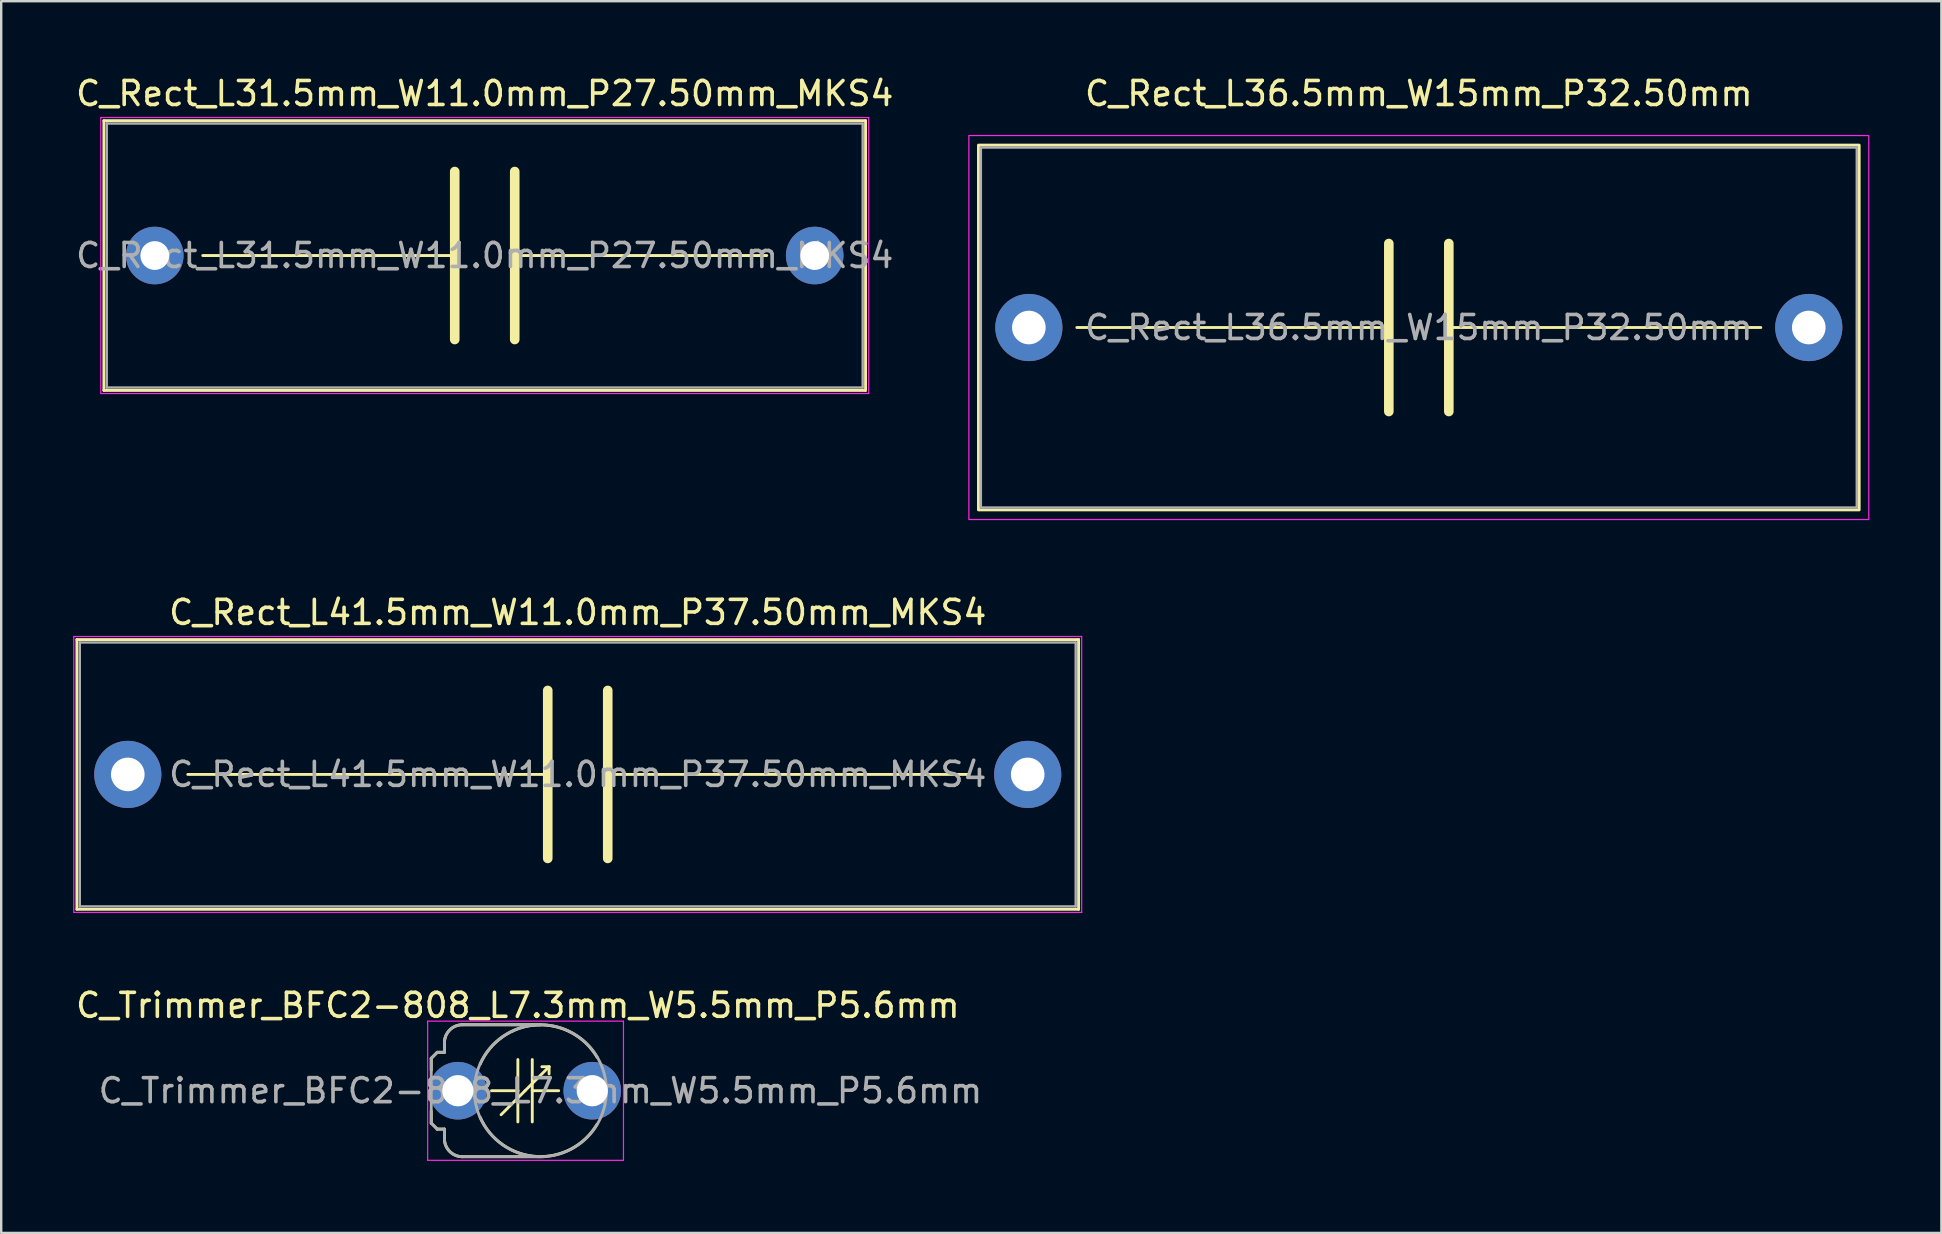
<source format=kicad_pcb>
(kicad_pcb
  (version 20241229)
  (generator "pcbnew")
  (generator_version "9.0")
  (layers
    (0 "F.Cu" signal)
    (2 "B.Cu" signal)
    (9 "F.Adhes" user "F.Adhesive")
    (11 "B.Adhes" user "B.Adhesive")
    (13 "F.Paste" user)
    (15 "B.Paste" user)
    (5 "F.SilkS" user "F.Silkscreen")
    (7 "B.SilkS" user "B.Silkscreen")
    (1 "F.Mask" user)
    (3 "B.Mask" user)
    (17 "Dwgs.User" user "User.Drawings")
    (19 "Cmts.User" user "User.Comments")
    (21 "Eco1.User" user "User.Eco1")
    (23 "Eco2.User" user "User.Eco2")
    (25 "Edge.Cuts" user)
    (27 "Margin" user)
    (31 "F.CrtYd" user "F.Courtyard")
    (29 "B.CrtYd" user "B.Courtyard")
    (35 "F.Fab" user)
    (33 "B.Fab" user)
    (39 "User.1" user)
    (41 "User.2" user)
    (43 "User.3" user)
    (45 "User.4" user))
  (footprint "C_Trimmer_BFC2-808_L7.3mm_W5.5mm_P5.6mm"
    (layer "F.Cu")
    (at 16.03 42.401)
    (property "Reference" "C_Trimmer_BFC2-808_L7.3mm_W5.5mm_P5.6mm" (at 2.5 -3.556 0) (layer "F.SilkS") (effects (font (size 1 1) (thickness 0.15))))
    (attr through_hole)
    (fp_line (start -1.11 -1.35) (end -1.11 -0.85) (stroke (width 0.12) (type solid)) (layer "F.SilkS"))
    (fp_line (start -1.11 1.35) (end -1.11 0.85) (stroke (width 0.12) (type solid)) (layer "F.SilkS"))
    (fp_line (start -1.11 1.35) (end -0.86 1.6) (stroke (width 0.12) (type solid)) (layer "F.SilkS"))
    (fp_line (start -0.86 -1.6) (end -1.11 -1.35) (stroke (width 0.12) (type solid)) (layer "F.SilkS"))
    (fp_line (start -0.76 -1.6) (end -0.86 -1.6) (stroke (width 0.12) (type solid)) (layer "F.SilkS"))
    (fp_line (start -0.56 -2) (end -0.56 -1.6) (stroke (width 0.12) (type solid)) (layer "F.SilkS"))
    (fp_line (start -0.56 -1.6) (end -0.76 -1.6) (stroke (width 0.12) (type solid)) (layer "F.SilkS"))
    (fp_line (start -0.56 1.6) (end -0.86 1.6) (stroke (width 0.12) (type solid)) (layer "F.SilkS"))
    (fp_line (start -0.56 1.6) (end -0.56 2) (stroke (width 0.12) (type solid)) (layer "F.SilkS"))
    (fp_line (start 0.19 -2.75) (end 3.44 -2.75) (stroke (width 0.12) (type solid)) (layer "F.SilkS"))
    (fp_line (start 0.19 2.75) (end 3.59 2.75) (stroke (width 0.12) (type solid)) (layer "F.SilkS"))
    (fp_line (start 1.4 0) (end 2.5 0) (stroke (width 0.12) (type solid)) (layer "F.SilkS"))
    (fp_line (start 2.5 0) (end 2.5 -1.3) (stroke (width 0.12) (type solid)) (layer "F.SilkS"))
    (fp_line (start 2.5 0) (end 2.5 1.3) (stroke (width 0.12) (type solid)) (layer "F.SilkS"))
    (fp_line (start 2.8 0) (end 1.8 1) (stroke (width 0.12) (type solid)) (layer "F.SilkS"))
    (fp_line (start 2.8 0) (end 3.8 -1) (stroke (width 0.12) (type solid)) (layer "F.SilkS"))
    (fp_line (start 3.1 0) (end 3.1 -1.3) (stroke (width 0.12) (type solid)) (layer "F.SilkS"))
    (fp_line (start 3.1 0) (end 3.1 1.3) (stroke (width 0.12) (type solid)) (layer "F.SilkS"))
    (fp_line (start 3.1 0) (end 4.2 0) (stroke (width 0.12) (type solid)) (layer "F.SilkS"))
    (fp_line (start 3.8 -1) (end 3.5 -1) (stroke (width 0.12) (type solid)) (layer "F.SilkS"))
    (fp_line (start 3.8 -1) (end 3.8 -0.7) (stroke (width 0.12) (type solid)) (layer "F.SilkS"))
    (fp_arc (start -0.56 -2) (mid -0.34033 -2.53033) (end 0.19 -2.75) (stroke (width 0.12) (type solid)) (layer "F.SilkS"))
    (fp_arc (start 0.19 2.75) (mid -0.34033 2.53033) (end -0.56 2) (stroke (width 0.12) (type solid)) (layer "F.SilkS"))
    (fp_arc (start 0.928365 -1.105119) (mid 3.274208 -2.738998) (end 5.8 -1.4) (stroke (width 0.12) (type solid)) (layer "F.SilkS"))
    (fp_arc (start 5.8 1.4) (mid 3.274208 2.738999) (end 0.928365 1.105119) (stroke (width 0.12) (type solid)) (layer "F.SilkS"))
    (fp_line (start -1.26 -2.9) (end -1.26 2.9) (stroke (width 0.05) (type solid)) (layer "F.CrtYd"))
    (fp_line (start -1.26 2.9) (end 6.9 2.9) (stroke (width 0.05) (type solid)) (layer "F.CrtYd"))
    (fp_line (start 6.9 -2.9) (end -1.26 -2.9) (stroke (width 0.05) (type solid)) (layer "F.CrtYd"))
    (fp_line (start 6.9 2.9) (end 6.9 -2.9) (stroke (width 0.05) (type solid)) (layer "F.CrtYd"))
    (fp_line (start -1.11 -1.35) (end -1.11 0) (stroke (width 0.12) (type solid)) (layer "F.Fab"))
    (fp_line (start -1.11 1.35) (end -1.11 0) (stroke (width 0.12) (type solid)) (layer "F.Fab"))
    (fp_line (start -1.11 1.35) (end -0.86 1.6) (stroke (width 0.12) (type solid)) (layer "F.Fab"))
    (fp_line (start -0.86 -1.6) (end -1.11 -1.35) (stroke (width 0.12) (type solid)) (layer "F.Fab"))
    (fp_line (start -0.76 -1.6) (end -0.86 -1.6) (stroke (width 0.12) (type solid)) (layer "F.Fab"))
    (fp_line (start -0.56 -2) (end -0.56 -1.6) (stroke (width 0.12) (type solid)) (layer "F.Fab"))
    (fp_line (start -0.56 -1.6) (end -0.76 -1.6) (stroke (width 0.12) (type solid)) (layer "F.Fab"))
    (fp_line (start -0.56 1.6) (end -0.86 1.6) (stroke (width 0.12) (type solid)) (layer "F.Fab"))
    (fp_line (start -0.56 1.6) (end -0.56 2) (stroke (width 0.12) (type solid)) (layer "F.Fab"))
    (fp_line (start 1.09 -2.75) (end 0.19 -2.75) (stroke (width 0.12) (type solid)) (layer "F.Fab"))
    (fp_line (start 3.44 -2.75) (end 1.09 -2.75) (stroke (width 0.12) (type solid)) (layer "F.Fab"))
    (fp_line (start 3.44 2.75) (end 0.19 2.75) (stroke (width 0.12) (type solid)) (layer "F.Fab"))
    (fp_arc (start -0.56 -2) (mid -0.34033 -2.53033) (end 0.19 -2.75) (stroke (width 0.12) (type solid)) (layer "F.Fab"))
    (fp_arc (start 0.19 2.75) (mid -0.34033 2.53033) (end -0.56 2) (stroke (width 0.12) (type solid)) (layer "F.Fab"))
    (fp_arc (start 3.44 -2.75) (mid 6.19 0) (end 3.44 2.75) (stroke (width 0.12) (type solid)) (layer "F.Fab"))
    (fp_arc (start 3.44 2.75) (mid 0.69 0) (end 3.44 -2.75) (stroke (width 0.12) (type solid)) (layer "F.Fab"))
    (fp_text user "${REFERENCE}" (at 3.44 0 0) (layer "F.Fab") (effects (font (size 1 1) (thickness 0.15))))
    (pad "1" thru_hole circle (at 0 0) (size 2.4 2.4) (drill 1.3) (layers "*.Cu" "*.Mask"))
    (pad "2" thru_hole circle (at 5.6 0) (size 2.4 2.4) (drill 1.3) (layers "*.Cu" "*.Mask")))
  (footprint "C_Rect_L41.5mm_W11.0mm_P37.50mm_MKS4"
    (layer "F.Cu")
    (at 2.275 29.221)
    (property "Reference" "C_Rect_L41.5mm_W11.0mm_P37.50mm_MKS4" (at 18.75 -6.75 0) (layer "F.SilkS") (effects (font (size 1 1) (thickness 0.15))))
    (attr through_hole)
    (fp_line (start -2.12 -5.62) (end -2.12 5.62) (stroke (width 0.12) (type solid)) (layer "F.SilkS"))
    (fp_line (start -2.12 -5.62) (end 39.62 -5.62) (stroke (width 0.12) (type solid)) (layer "F.SilkS"))
    (fp_line (start -2.12 5.62) (end 39.62 5.62) (stroke (width 0.12) (type solid)) (layer "F.SilkS"))
    (fp_line (start 2.5 0) (end 17.5 0) (stroke (width 0.12) (type solid)) (layer "F.SilkS"))
    (fp_line (start 17.5 -3.5) (end 17.5 3.5) (stroke (width 0.4) (type solid)) (layer "F.SilkS"))
    (fp_line (start 20 -3.5) (end 20 3.5) (stroke (width 0.4) (type solid)) (layer "F.SilkS"))
    (fp_line (start 20 0) (end 35 0) (stroke (width 0.12) (type solid)) (layer "F.SilkS"))
    (fp_line (start 39.62 -5.62) (end 39.62 5.62) (stroke (width 0.12) (type solid)) (layer "F.SilkS"))
    (fp_line (start -2.25 -5.75) (end -2.25 5.75) (stroke (width 0.05) (type solid)) (layer "F.CrtYd"))
    (fp_line (start -2.25 5.75) (end 39.75 5.75) (stroke (width 0.05) (type solid)) (layer "F.CrtYd"))
    (fp_line (start 39.75 -5.75) (end -2.25 -5.75) (stroke (width 0.05) (type solid)) (layer "F.CrtYd"))
    (fp_line (start 39.75 5.75) (end 39.75 -5.75) (stroke (width 0.05) (type solid)) (layer "F.CrtYd"))
    (fp_line (start -2 -5.5) (end -2 5.5) (stroke (width 0.1) (type solid)) (layer "F.Fab"))
    (fp_line (start -2 5.5) (end 39.5 5.5) (stroke (width 0.1) (type solid)) (layer "F.Fab"))
    (fp_line (start 39.5 -5.5) (end -2 -5.5) (stroke (width 0.1) (type solid)) (layer "F.Fab"))
    (fp_line (start 39.5 5.5) (end 39.5 -5.5) (stroke (width 0.1) (type solid)) (layer "F.Fab"))
    (fp_text user "${REFERENCE}" (at 18.75 0 0) (layer "F.Fab") (effects (font (size 1 1) (thickness 0.15))))
    (pad "1" thru_hole circle (at 0 0) (size 2.8 2.8) (drill 1.4) (layers "*.Cu" "*.Mask"))
    (pad "2" thru_hole circle (at 37.5 0) (size 2.8 2.8) (drill 1.4) (layers "*.Cu" "*.Mask")))
  (footprint "C_Rect_L31.5mm_W11.0mm_P27.50mm_MKS4"
    (layer "F.Cu")
    (at 3.399 7.598)
    (property "Reference" "C_Rect_L31.5mm_W11.0mm_P27.50mm_MKS4" (at 13.75 -6.75 0) (layer "F.SilkS") (effects (font (size 1 1) (thickness 0.15))))
    (attr through_hole)
    (fp_line (start -2.12 -5.62) (end -2.12 5.62) (stroke (width 0.12) (type solid)) (layer "F.SilkS"))
    (fp_line (start -2.12 -5.62) (end 29.62 -5.62) (stroke (width 0.12) (type solid)) (layer "F.SilkS"))
    (fp_line (start -2.12 5.62) (end 29.62 5.62) (stroke (width 0.12) (type solid)) (layer "F.SilkS"))
    (fp_line (start 2 0) (end 12.5 0) (stroke (width 0.12) (type solid)) (layer "F.SilkS"))
    (fp_line (start 12.5 -3.5) (end 12.5 3.5) (stroke (width 0.4) (type solid)) (layer "F.SilkS"))
    (fp_line (start 15 -3.5) (end 15 3.5) (stroke (width 0.4) (type solid)) (layer "F.SilkS"))
    (fp_line (start 15 0) (end 25.5 0) (stroke (width 0.12) (type solid)) (layer "F.SilkS"))
    (fp_line (start 29.62 -5.62) (end 29.62 5.62) (stroke (width 0.12) (type solid)) (layer "F.SilkS"))
    (fp_line (start -2.25 -5.75) (end -2.25 5.75) (stroke (width 0.05) (type solid)) (layer "F.CrtYd"))
    (fp_line (start -2.25 5.75) (end 29.75 5.75) (stroke (width 0.05) (type solid)) (layer "F.CrtYd"))
    (fp_line (start 29.75 -5.75) (end -2.25 -5.75) (stroke (width 0.05) (type solid)) (layer "F.CrtYd"))
    (fp_line (start 29.75 5.75) (end 29.75 -5.75) (stroke (width 0.05) (type solid)) (layer "F.CrtYd"))
    (fp_line (start -2 -5.5) (end -2 5.5) (stroke (width 0.1) (type solid)) (layer "F.Fab"))
    (fp_line (start -2 5.5) (end 29.5 5.5) (stroke (width 0.1) (type solid)) (layer "F.Fab"))
    (fp_line (start 29.5 -5.5) (end -2 -5.5) (stroke (width 0.1) (type solid)) (layer "F.Fab"))
    (fp_line (start 29.5 5.5) (end 29.5 -5.5) (stroke (width 0.1) (type solid)) (layer "F.Fab"))
    (fp_text user "${REFERENCE}" (at 13.75 0 0) (layer "F.Fab") (effects (font (size 1 1) (thickness 0.15))))
    (pad "1" thru_hole circle (at 0 0) (size 2.4 2.4) (drill 1.2) (layers "*.Cu" "*.Mask"))
    (pad "2" thru_hole circle (at 27.5 0) (size 2.4 2.4) (drill 1.2) (layers "*.Cu" "*.Mask")))
  (footprint "C_Rect_L36.5mm_W15mm_P32.50mm"
    (layer "F.Cu")
    (at 39.823 10.598)
    (property "Reference" "C_Rect_L36.5mm_W15mm_P32.50mm" (at 16.25 -9.75 0) (layer "F.SilkS") (effects (font (size 1 1) (thickness 0.15))))
    (attr through_hole)
    (fp_line (start 2 0) (end 15 0) (stroke (width 0.12) (type solid)) (layer "F.SilkS"))
    (fp_line (start 15 -3.5) (end 15 3.5) (stroke (width 0.4) (type solid)) (layer "F.SilkS"))
    (fp_line (start 17.5 -3.5) (end 17.5 3.5) (stroke (width 0.4) (type solid)) (layer "F.SilkS"))
    (fp_line (start 17.5 0) (end 30.5 0) (stroke (width 0.12) (type solid)) (layer "F.SilkS"))
    (fp_rect (start -2.1 -7.6) (end 34.6 7.6) (stroke (width 0.12) (type solid)) (fill no) (layer "F.SilkS"))
    (fp_rect (start 35 8) (end -2.5 -8) (stroke (width 0.05) (type solid)) (fill no) (layer "F.CrtYd"))
    (fp_rect (start -2 -7.5) (end 34.5 7.5) (stroke (width 0.1) (type solid)) (fill no) (layer "F.Fab"))
    (fp_text user "${REFERENCE}" (at 16.25 0 0) (layer "F.Fab") (effects (font (size 1 1) (thickness 0.15))))
    (pad "1" thru_hole circle (at 0 0) (size 2.8 2.8) (drill 1.4) (layers "*.Cu" "*.Mask"))
    (pad "2" thru_hole circle (at 32.5 0) (size 2.8 2.8) (drill 1.4) (layers "*.Cu" "*.Mask")))
  (gr_rect
    (start -3 -3)
    (end 77.848 48.326)
    (stroke (width 0.1) (type default))
    (fill no)
    (layer "Edge.Cuts")))
</source>
